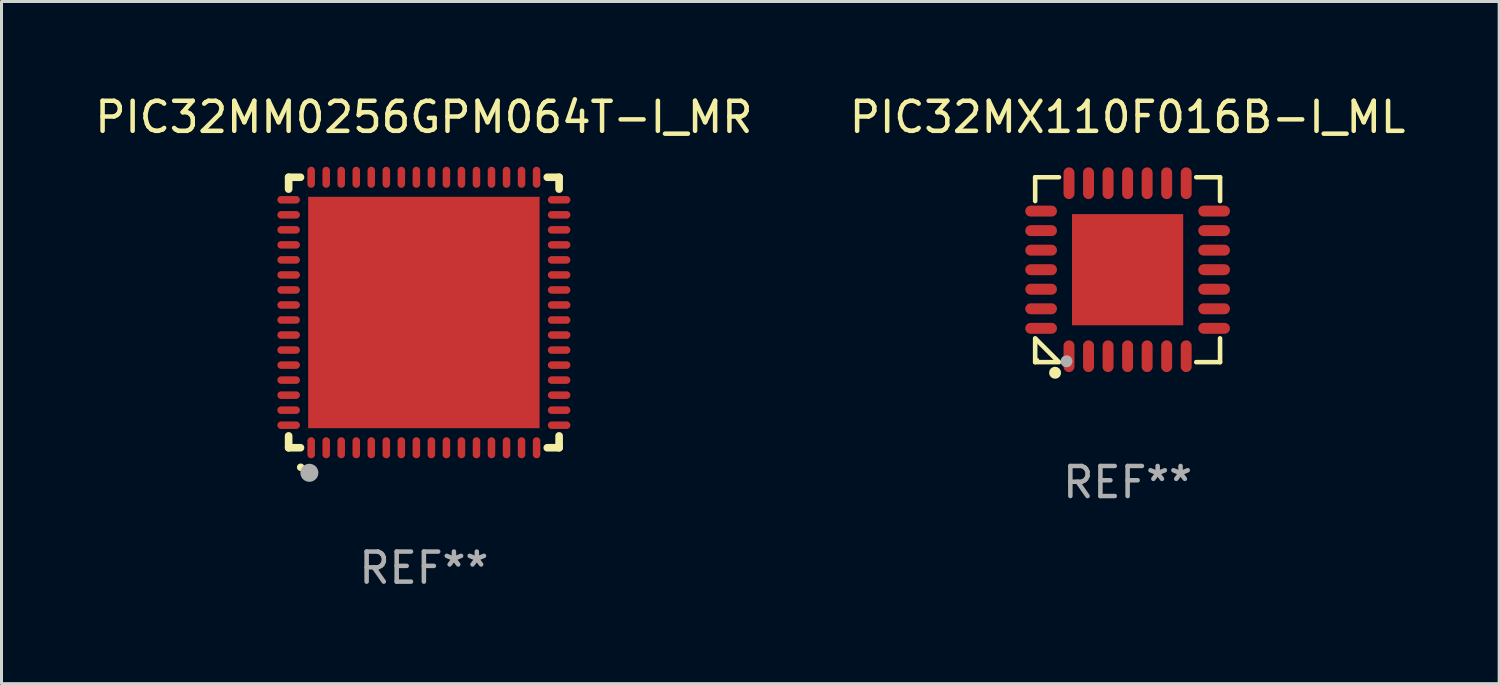
<source format=kicad_pcb>
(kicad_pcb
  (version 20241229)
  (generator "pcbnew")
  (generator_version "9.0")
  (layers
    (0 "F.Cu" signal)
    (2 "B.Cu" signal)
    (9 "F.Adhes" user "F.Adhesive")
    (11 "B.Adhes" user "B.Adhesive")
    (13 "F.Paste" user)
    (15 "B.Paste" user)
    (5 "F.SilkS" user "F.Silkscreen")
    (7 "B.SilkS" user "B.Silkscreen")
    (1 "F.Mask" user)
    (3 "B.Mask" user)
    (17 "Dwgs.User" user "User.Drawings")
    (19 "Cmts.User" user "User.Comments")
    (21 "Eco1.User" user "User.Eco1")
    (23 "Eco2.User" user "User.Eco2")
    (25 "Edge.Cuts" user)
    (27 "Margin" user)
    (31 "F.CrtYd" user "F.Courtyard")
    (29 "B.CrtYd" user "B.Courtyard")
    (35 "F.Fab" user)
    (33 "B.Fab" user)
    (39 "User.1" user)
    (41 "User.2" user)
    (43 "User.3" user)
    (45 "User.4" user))
  (footprint "PIC32MX110F016B-I_ML"
    (layer "F.Cu")
    (at 34.47 5.924)
    (property "Reference" "PIC32MX110F016B-I_ML" (at 0 -5.076 0) (layer "F.SilkS") (effects (font (size 1 1) (thickness 0.15))))
    (attr through_hole)
    (fp_line (start -3.076 -3.076) (end -3.076 -2.284) (stroke (width 0.152) (type solid)) (layer "F.SilkS"))
    (fp_line (start -3.076 3.076) (end -3.076 2.284) (stroke (width 0.152) (type solid)) (layer "F.SilkS"))
    (fp_line (start -3.049 2.311) (end -2.311 3.049) (stroke (width 0.152) (type solid)) (layer "F.SilkS"))
    (fp_line (start -2.284 -3.076) (end -3.076 -3.076) (stroke (width 0.152) (type solid)) (layer "F.SilkS"))
    (fp_line (start -2.284 3.076) (end -3.076 3.076) (stroke (width 0.152) (type solid)) (layer "F.SilkS"))
    (fp_line (start 2.284 -3.076) (end 3.076 -3.076) (stroke (width 0.152) (type solid)) (layer "F.SilkS"))
    (fp_line (start 2.284 3.076) (end 3.076 3.076) (stroke (width 0.152) (type solid)) (layer "F.SilkS"))
    (fp_line (start 3.076 -3.076) (end 3.076 -2.284) (stroke (width 0.152) (type solid)) (layer "F.SilkS"))
    (fp_line (start 3.076 3.076) (end 3.076 2.284) (stroke (width 0.152) (type solid)) (layer "F.SilkS"))
    (fp_circle (center -3 3) (end -2.97 3) (stroke (width 0.06) (type solid)) (fill no) (layer "F.SilkS"))
    (fp_circle (center -2.413 3.429) (end -2.313 3.429) (stroke (width 0.2) (type solid)) (fill no) (layer "F.SilkS"))
    (fp_circle (center -2.032 3.048) (end -1.932 3.048) (stroke (width 0.2) (type solid)) (fill no) (layer "F.Fab"))
    (fp_text user "REF**" (at 0 7.076 0) (layer "F.Fab") (effects (font (size 1 1) (thickness 0.15))))
    (pad "1" smd oval (at -1.95 2.878) (size 0.364 1.055) (layers "F.Cu" "F.Mask" "F.Paste"))
    (pad "2" smd oval (at -1.3 2.878) (size 0.364 1.055) (layers "F.Cu" "F.Mask" "F.Paste"))
    (pad "3" smd oval (at -0.65 2.878) (size 0.364 1.055) (layers "F.Cu" "F.Mask" "F.Paste"))
    (pad "4" smd oval (at 0 2.878) (size 0.364 1.055) (layers "F.Cu" "F.Mask" "F.Paste"))
    (pad "5" smd oval (at 0.65 2.878) (size 0.364 1.055) (layers "F.Cu" "F.Mask" "F.Paste"))
    (pad "6" smd oval (at 1.3 2.878) (size 0.364 1.055) (layers "F.Cu" "F.Mask" "F.Paste"))
    (pad "7" smd oval (at 1.95 2.878) (size 0.364 1.055) (layers "F.Cu" "F.Mask" "F.Paste"))
    (pad "8" smd oval (at 2.878 1.95) (size 1.055 0.364) (layers "F.Cu" "F.Mask" "F.Paste"))
    (pad "9" smd oval (at 2.878 1.3) (size 1.055 0.364) (layers "F.Cu" "F.Mask" "F.Paste"))
    (pad "10" smd oval (at 2.878 0.65) (size 1.055 0.364) (layers "F.Cu" "F.Mask" "F.Paste"))
    (pad "11" smd oval (at 2.878 0) (size 1.055 0.364) (layers "F.Cu" "F.Mask" "F.Paste"))
    (pad "12" smd oval (at 2.878 -0.65) (size 1.055 0.364) (layers "F.Cu" "F.Mask" "F.Paste"))
    (pad "13" smd oval (at 2.878 -1.3) (size 1.055 0.364) (layers "F.Cu" "F.Mask" "F.Paste"))
    (pad "14" smd oval (at 2.878 -1.95) (size 1.055 0.364) (layers "F.Cu" "F.Mask" "F.Paste"))
    (pad "15" smd oval (at 1.95 -2.878) (size 0.364 1.055) (layers "F.Cu" "F.Mask" "F.Paste"))
    (pad "16" smd oval (at 1.3 -2.878) (size 0.364 1.055) (layers "F.Cu" "F.Mask" "F.Paste"))
    (pad "17" smd oval (at 0.65 -2.878) (size 0.364 1.055) (layers "F.Cu" "F.Mask" "F.Paste"))
    (pad "18" smd oval (at 0 -2.878) (size 0.364 1.055) (layers "F.Cu" "F.Mask" "F.Paste"))
    (pad "19" smd oval (at -0.65 -2.878) (size 0.364 1.055) (layers "F.Cu" "F.Mask" "F.Paste"))
    (pad "20" smd oval (at -1.3 -2.878) (size 0.364 1.055) (layers "F.Cu" "F.Mask" "F.Paste"))
    (pad "21" smd oval (at -1.95 -2.878) (size 0.364 1.055) (layers "F.Cu" "F.Mask" "F.Paste"))
    (pad "22" smd oval (at -2.878 -1.95) (size 1.055 0.364) (layers "F.Cu" "F.Mask" "F.Paste"))
    (pad "23" smd oval (at -2.878 -1.3) (size 1.055 0.364) (layers "F.Cu" "F.Mask" "F.Paste"))
    (pad "24" smd oval (at -2.878 -0.65) (size 1.055 0.364) (layers "F.Cu" "F.Mask" "F.Paste"))
    (pad "25" smd oval (at -2.878 0) (size 1.055 0.364) (layers "F.Cu" "F.Mask" "F.Paste"))
    (pad "26" smd oval (at -2.878 0.65) (size 1.055 0.364) (layers "F.Cu" "F.Mask" "F.Paste"))
    (pad "27" smd oval (at -2.878 1.3) (size 1.055 0.364) (layers "F.Cu" "F.Mask" "F.Paste"))
    (pad "28" smd oval (at -2.878 1.95) (size 1.055 0.364) (layers "F.Cu" "F.Mask" "F.Paste"))
    (pad "29" smd rect (at 0 0) (size 3.7 3.7) (layers "F.Cu" "F.Mask" "F.Paste")))
  (footprint "PIC32MM0256GPM064T-I_MR"
    (layer "F.Cu")
    (at 11.054 7.348)
    (property "Reference" "PIC32MM0256GPM064T-I_MR" (at 0 -6.5 0) (layer "F.SilkS") (effects (font (size 1 1) (thickness 0.15))))
    (attr through_hole)
    (fp_line (start -4.5 -4.5) (end -4.106 -4.5) (stroke (width 0.254) (type solid)) (layer "F.SilkS"))
    (fp_line (start -4.5 -4.106) (end -4.5 -4.5) (stroke (width 0.254) (type solid)) (layer "F.SilkS"))
    (fp_line (start -4.5 4.5) (end -4.5 4.106) (stroke (width 0.254) (type solid)) (layer "F.SilkS"))
    (fp_line (start -4.106 4.5) (end -4.5 4.5) (stroke (width 0.254) (type solid)) (layer "F.SilkS"))
    (fp_line (start 4.106 -4.5) (end 4.5 -4.5) (stroke (width 0.254) (type solid)) (layer "F.SilkS"))
    (fp_line (start 4.5 -4.5) (end 4.5 -4.106) (stroke (width 0.254) (type solid)) (layer "F.SilkS"))
    (fp_line (start 4.5 4.106) (end 4.5 4.5) (stroke (width 0.254) (type solid)) (layer "F.SilkS"))
    (fp_line (start 4.5 4.5) (end 4.106 4.5) (stroke (width 0.254) (type solid)) (layer "F.SilkS"))
    (fp_arc (start -4.099987 5.149898) (mid -4.098717 5.149892) (end -4.097447 5.149898) (stroke (width 0.24892) (type solid)) (layer "F.SilkS"))
    (fp_circle (center -4.5 4.5) (end -4.47 4.5) (stroke (width 0.06) (type solid)) (fill no) (layer "F.SilkS"))
    (fp_circle (center -3.81 5.334) (end -3.66 5.334) (stroke (width 0.3) (type solid)) (fill no) (layer "F.Fab"))
    (fp_text user "REF**" (at 0 8.5 0) (layer "F.Fab") (effects (font (size 1 1) (thickness 0.15))))
    (pad "1" smd oval (at -3.75 4.5) (size 0.25 0.7) (layers "F.Cu" "F.Mask" "F.Paste"))
    (pad "2" smd oval (at -3.25 4.5) (size 0.25 0.7) (layers "F.Cu" "F.Mask" "F.Paste"))
    (pad "3" smd oval (at -2.75 4.5) (size 0.25 0.7) (layers "F.Cu" "F.Mask" "F.Paste"))
    (pad "4" smd oval (at -2.25 4.5) (size 0.25 0.7) (layers "F.Cu" "F.Mask" "F.Paste"))
    (pad "5" smd oval (at -1.75 4.5) (size 0.25 0.7) (layers "F.Cu" "F.Mask" "F.Paste"))
    (pad "6" smd oval (at -1.25 4.5) (size 0.25 0.7) (layers "F.Cu" "F.Mask" "F.Paste"))
    (pad "7" smd oval (at -0.75 4.5) (size 0.25 0.7) (layers "F.Cu" "F.Mask" "F.Paste"))
    (pad "8" smd oval (at -0.25 4.5) (size 0.25 0.7) (layers "F.Cu" "F.Mask" "F.Paste"))
    (pad "9" smd oval (at 0.25 4.5) (size 0.25 0.7) (layers "F.Cu" "F.Mask" "F.Paste"))
    (pad "10" smd oval (at 0.75 4.5) (size 0.25 0.7) (layers "F.Cu" "F.Mask" "F.Paste"))
    (pad "11" smd oval (at 1.25 4.5) (size 0.25 0.7) (layers "F.Cu" "F.Mask" "F.Paste"))
    (pad "12" smd oval (at 1.75 4.5) (size 0.25 0.7) (layers "F.Cu" "F.Mask" "F.Paste"))
    (pad "13" smd oval (at 2.25 4.5) (size 0.25 0.7) (layers "F.Cu" "F.Mask" "F.Paste"))
    (pad "14" smd oval (at 2.75 4.5) (size 0.25 0.7) (layers "F.Cu" "F.Mask" "F.Paste"))
    (pad "15" smd oval (at 3.25 4.5) (size 0.25 0.7) (layers "F.Cu" "F.Mask" "F.Paste"))
    (pad "16" smd oval (at 3.75 4.5) (size 0.25 0.7) (layers "F.Cu" "F.Mask" "F.Paste"))
    (pad "17" smd oval (at 4.5 3.75) (size 0.75 0.25) (layers "F.Cu" "F.Mask" "F.Paste"))
    (pad "18" smd oval (at 4.5 3.25) (size 0.75 0.25) (layers "F.Cu" "F.Mask" "F.Paste"))
    (pad "19" smd oval (at 4.5 2.75) (size 0.75 0.25) (layers "F.Cu" "F.Mask" "F.Paste"))
    (pad "20" smd oval (at 4.5 2.25) (size 0.75 0.25) (layers "F.Cu" "F.Mask" "F.Paste"))
    (pad "21" smd oval (at 4.5 1.75) (size 0.75 0.25) (layers "F.Cu" "F.Mask" "F.Paste"))
    (pad "22" smd oval (at 4.5 1.25) (size 0.75 0.25) (layers "F.Cu" "F.Mask" "F.Paste"))
    (pad "23" smd oval (at 4.5 0.75) (size 0.75 0.25) (layers "F.Cu" "F.Mask" "F.Paste"))
    (pad "24" smd oval (at 4.5 0.25) (size 0.75 0.25) (layers "F.Cu" "F.Mask" "F.Paste"))
    (pad "25" smd oval (at 4.5 -0.25) (size 0.75 0.25) (layers "F.Cu" "F.Mask" "F.Paste"))
    (pad "26" smd oval (at 4.5 -0.75) (size 0.75 0.25) (layers "F.Cu" "F.Mask" "F.Paste"))
    (pad "27" smd oval (at 4.5 -1.25) (size 0.75 0.25) (layers "F.Cu" "F.Mask" "F.Paste"))
    (pad "28" smd oval (at 4.5 -1.75) (size 0.75 0.25) (layers "F.Cu" "F.Mask" "F.Paste"))
    (pad "29" smd oval (at 4.5 -2.25) (size 0.75 0.25) (layers "F.Cu" "F.Mask" "F.Paste"))
    (pad "30" smd oval (at 4.5 -2.75) (size 0.75 0.25) (layers "F.Cu" "F.Mask" "F.Paste"))
    (pad "31" smd oval (at 4.5 -3.25) (size 0.75 0.25) (layers "F.Cu" "F.Mask" "F.Paste"))
    (pad "32" smd oval (at 4.5 -3.75) (size 0.75 0.25) (layers "F.Cu" "F.Mask" "F.Paste"))
    (pad "33" smd oval (at 3.75 -4.5) (size 0.25 0.7) (layers "F.Cu" "F.Mask" "F.Paste"))
    (pad "34" smd oval (at 3.25 -4.5) (size 0.25 0.7) (layers "F.Cu" "F.Mask" "F.Paste"))
    (pad "35" smd oval (at 2.75 -4.5) (size 0.25 0.7) (layers "F.Cu" "F.Mask" "F.Paste"))
    (pad "36" smd oval (at 2.25 -4.5) (size 0.25 0.7) (layers "F.Cu" "F.Mask" "F.Paste"))
    (pad "37" smd oval (at 1.75 -4.5) (size 0.25 0.7) (layers "F.Cu" "F.Mask" "F.Paste"))
    (pad "38" smd oval (at 1.25 -4.5) (size 0.25 0.7) (layers "F.Cu" "F.Mask" "F.Paste"))
    (pad "39" smd oval (at 0.75 -4.5) (size 0.25 0.7) (layers "F.Cu" "F.Mask" "F.Paste"))
    (pad "40" smd oval (at 0.25 -4.5) (size 0.25 0.7) (layers "F.Cu" "F.Mask" "F.Paste"))
    (pad "41" smd oval (at -0.25 -4.5) (size 0.25 0.7) (layers "F.Cu" "F.Mask" "F.Paste"))
    (pad "42" smd oval (at -0.75 -4.5) (size 0.25 0.7) (layers "F.Cu" "F.Mask" "F.Paste"))
    (pad "43" smd oval (at -1.25 -4.5) (size 0.25 0.7) (layers "F.Cu" "F.Mask" "F.Paste"))
    (pad "44" smd oval (at -1.75 -4.5) (size 0.25 0.7) (layers "F.Cu" "F.Mask" "F.Paste"))
    (pad "45" smd oval (at -2.25 -4.5) (size 0.25 0.7) (layers "F.Cu" "F.Mask" "F.Paste"))
    (pad "46" smd oval (at -2.75 -4.5) (size 0.25 0.7) (layers "F.Cu" "F.Mask" "F.Paste"))
    (pad "47" smd oval (at -3.25 -4.5) (size 0.25 0.7) (layers "F.Cu" "F.Mask" "F.Paste"))
    (pad "48" smd oval (at -3.75 -4.5) (size 0.25 0.7) (layers "F.Cu" "F.Mask" "F.Paste"))
    (pad "49" smd oval (at -4.5 -3.75) (size 0.75 0.25) (layers "F.Cu" "F.Mask" "F.Paste"))
    (pad "50" smd oval (at -4.5 -3.25) (size 0.75 0.25) (layers "F.Cu" "F.Mask" "F.Paste"))
    (pad "51" smd oval (at -4.5 -2.75) (size 0.75 0.25) (layers "F.Cu" "F.Mask" "F.Paste"))
    (pad "52" smd oval (at -4.5 -2.25) (size 0.75 0.25) (layers "F.Cu" "F.Mask" "F.Paste"))
    (pad "53" smd oval (at -4.5 -1.75) (size 0.75 0.25) (layers "F.Cu" "F.Mask" "F.Paste"))
    (pad "54" smd oval (at -4.5 -1.25) (size 0.75 0.25) (layers "F.Cu" "F.Mask" "F.Paste"))
    (pad "55" smd oval (at -4.5 -0.75) (size 0.75 0.25) (layers "F.Cu" "F.Mask" "F.Paste"))
    (pad "56" smd oval (at -4.5 -0.25) (size 0.75 0.25) (layers "F.Cu" "F.Mask" "F.Paste"))
    (pad "57" smd oval (at -4.5 0.25) (size 0.75 0.25) (layers "F.Cu" "F.Mask" "F.Paste"))
    (pad "58" smd oval (at -4.5 0.75) (size 0.75 0.25) (layers "F.Cu" "F.Mask" "F.Paste"))
    (pad "59" smd oval (at -4.5 1.25) (size 0.75 0.25) (layers "F.Cu" "F.Mask" "F.Paste"))
    (pad "60" smd oval (at -4.5 1.75) (size 0.75 0.25) (layers "F.Cu" "F.Mask" "F.Paste"))
    (pad "61" smd oval (at -4.5 2.25) (size 0.75 0.25) (layers "F.Cu" "F.Mask" "F.Paste"))
    (pad "62" smd oval (at -4.5 2.75) (size 0.75 0.25) (layers "F.Cu" "F.Mask" "F.Paste"))
    (pad "63" smd oval (at -4.5 3.25) (size 0.75 0.25) (layers "F.Cu" "F.Mask" "F.Paste"))
    (pad "64" smd oval (at -4.5 3.75) (size 0.75 0.25) (layers "F.Cu" "F.Mask" "F.Paste"))
    (pad "65" smd rect (at 0.000394 -0.000013) (size 7.7 7.7) (layers "F.Cu" "F.Mask" "F.Paste")))
  (gr_rect
    (start -3 -3)
    (end 46.833 19.697)
    (stroke (width 0.1) (type default))
    (fill no)
    (layer "Edge.Cuts")))
</source>
